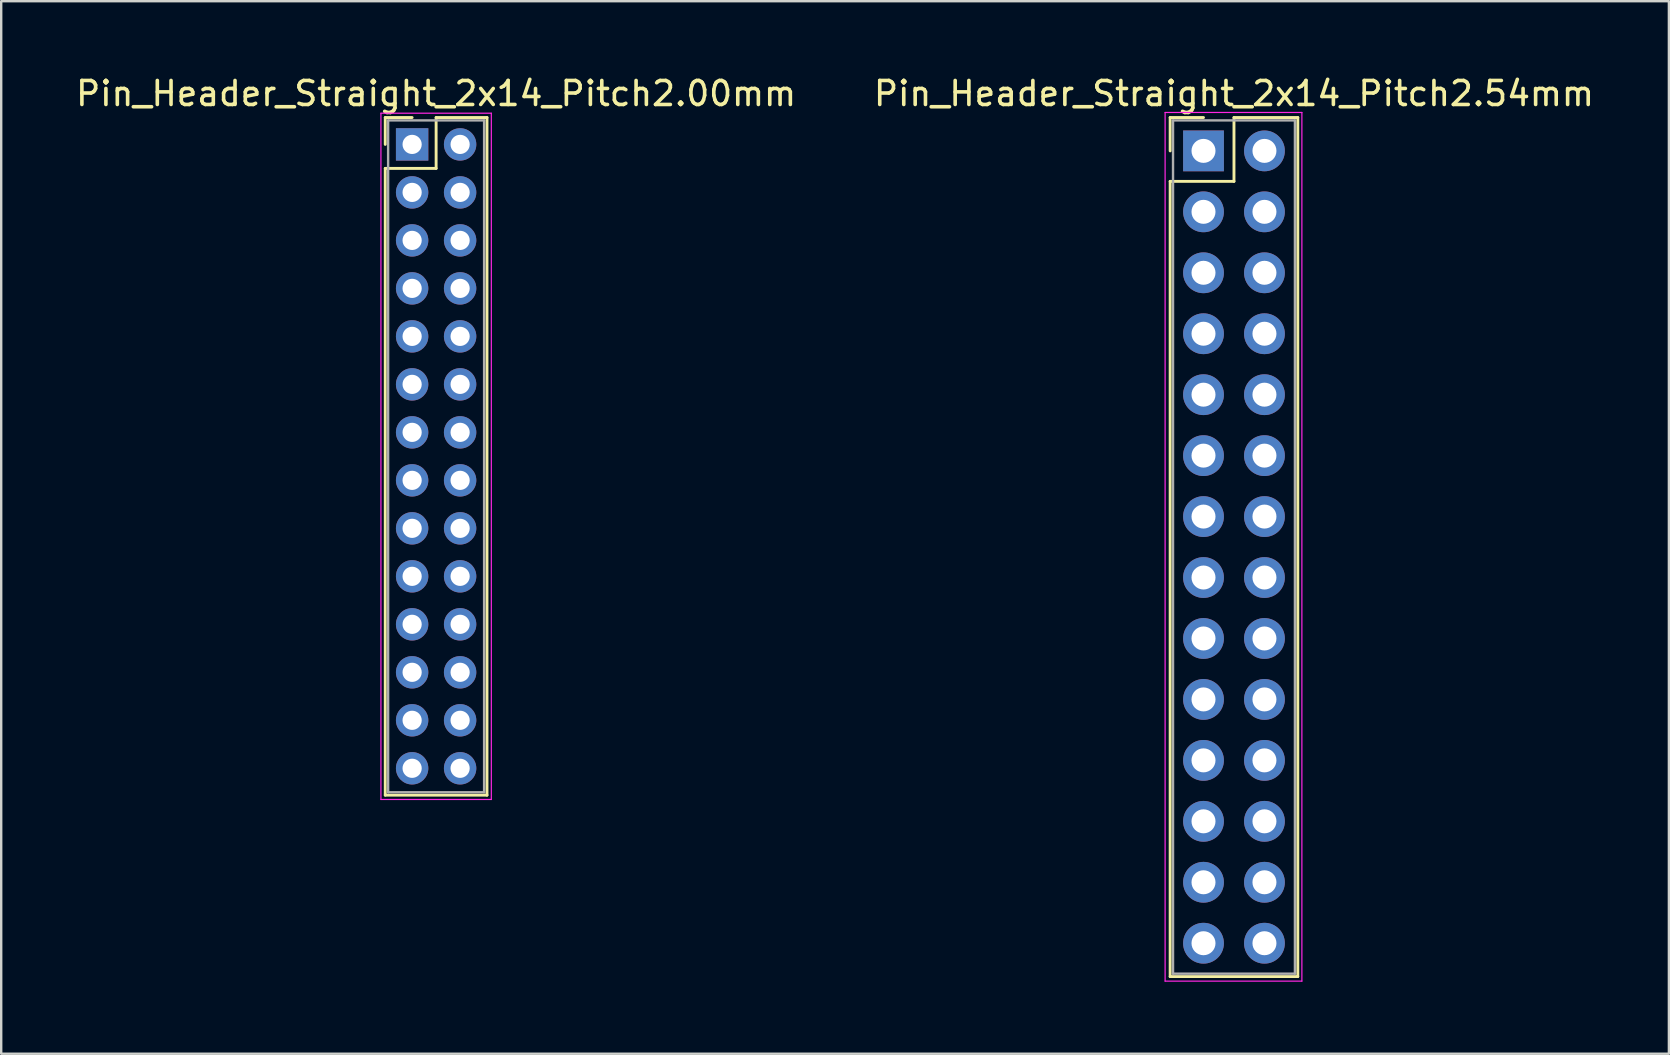
<source format=kicad_pcb>
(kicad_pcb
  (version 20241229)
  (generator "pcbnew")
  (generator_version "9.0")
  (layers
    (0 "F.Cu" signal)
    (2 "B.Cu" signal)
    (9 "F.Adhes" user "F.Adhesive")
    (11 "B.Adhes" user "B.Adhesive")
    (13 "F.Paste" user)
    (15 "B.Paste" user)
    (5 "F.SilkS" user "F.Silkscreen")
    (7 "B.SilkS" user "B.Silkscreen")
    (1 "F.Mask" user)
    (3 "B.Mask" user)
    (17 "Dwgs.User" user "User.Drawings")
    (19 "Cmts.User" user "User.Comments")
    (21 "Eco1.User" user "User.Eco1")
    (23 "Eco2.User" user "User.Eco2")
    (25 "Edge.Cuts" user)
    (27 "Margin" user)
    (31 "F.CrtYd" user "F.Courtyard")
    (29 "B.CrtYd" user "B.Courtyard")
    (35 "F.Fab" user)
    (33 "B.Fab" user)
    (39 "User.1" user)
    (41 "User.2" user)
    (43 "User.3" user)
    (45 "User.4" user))
  (footprint "Pin_Header_Straight_2x14_Pitch2.54mm"
    (layer "F.Cu")
    (at 47.105 3.238)
    (property "Reference" "Pin_Header_Straight_2x14_Pitch2.54mm" (at 1.27 -2.39 0) (layer "F.SilkS") (effects (font (size 1 1) (thickness 0.15))))
    (attr through_hole)
    (fp_line (start -1.39 -1.39) (end 0 -1.39) (stroke (width 0.12) (type solid)) (layer "F.SilkS"))
    (fp_line (start -1.39 0) (end -1.39 -1.39) (stroke (width 0.12) (type solid)) (layer "F.SilkS"))
    (fp_line (start -1.39 1.27) (end -1.39 34.41) (stroke (width 0.12) (type solid)) (layer "F.SilkS"))
    (fp_line (start -1.39 34.41) (end 3.93 34.41) (stroke (width 0.12) (type solid)) (layer "F.SilkS"))
    (fp_line (start 1.27 -1.39) (end 1.27 1.27) (stroke (width 0.12) (type solid)) (layer "F.SilkS"))
    (fp_line (start 1.27 1.27) (end -1.39 1.27) (stroke (width 0.12) (type solid)) (layer "F.SilkS"))
    (fp_line (start 3.93 -1.39) (end 1.27 -1.39) (stroke (width 0.12) (type solid)) (layer "F.SilkS"))
    (fp_line (start 3.93 34.41) (end 3.93 -1.39) (stroke (width 0.12) (type solid)) (layer "F.SilkS"))
    (fp_line (start -1.6 -1.6) (end -1.6 34.6) (stroke (width 0.05) (type solid)) (layer "F.CrtYd"))
    (fp_line (start -1.6 34.6) (end 4.1 34.6) (stroke (width 0.05) (type solid)) (layer "F.CrtYd"))
    (fp_line (start 4.1 -1.6) (end -1.6 -1.6) (stroke (width 0.05) (type solid)) (layer "F.CrtYd"))
    (fp_line (start 4.1 34.6) (end 4.1 -1.6) (stroke (width 0.05) (type solid)) (layer "F.CrtYd"))
    (fp_line (start -1.27 -1.27) (end -1.27 34.29) (stroke (width 0.1) (type solid)) (layer "F.Fab"))
    (fp_line (start -1.27 34.29) (end 3.81 34.29) (stroke (width 0.1) (type solid)) (layer "F.Fab"))
    (fp_line (start 3.81 -1.27) (end -1.27 -1.27) (stroke (width 0.1) (type solid)) (layer "F.Fab"))
    (fp_line (start 3.81 34.29) (end 3.81 -1.27) (stroke (width 0.1) (type solid)) (layer "F.Fab"))
    (pad "1" thru_hole rect (at 0 0) (size 1.7 1.7) (drill 1) (layers "*.Cu" "*.Mask"))
    (pad "2" thru_hole oval (at 2.54 0) (size 1.7 1.7) (drill 1) (layers "*.Cu" "*.Mask"))
    (pad "3" thru_hole oval (at 0 2.54) (size 1.7 1.7) (drill 1) (layers "*.Cu" "*.Mask"))
    (pad "4" thru_hole oval (at 2.54 2.54) (size 1.7 1.7) (drill 1) (layers "*.Cu" "*.Mask"))
    (pad "5" thru_hole oval (at 0 5.08) (size 1.7 1.7) (drill 1) (layers "*.Cu" "*.Mask"))
    (pad "6" thru_hole oval (at 2.54 5.08) (size 1.7 1.7) (drill 1) (layers "*.Cu" "*.Mask"))
    (pad "7" thru_hole oval (at 0 7.62) (size 1.7 1.7) (drill 1) (layers "*.Cu" "*.Mask"))
    (pad "8" thru_hole oval (at 2.54 7.62) (size 1.7 1.7) (drill 1) (layers "*.Cu" "*.Mask"))
    (pad "9" thru_hole oval (at 0 10.16) (size 1.7 1.7) (drill 1) (layers "*.Cu" "*.Mask"))
    (pad "10" thru_hole oval (at 2.54 10.16) (size 1.7 1.7) (drill 1) (layers "*.Cu" "*.Mask"))
    (pad "11" thru_hole oval (at 0 12.7) (size 1.7 1.7) (drill 1) (layers "*.Cu" "*.Mask"))
    (pad "12" thru_hole oval (at 2.54 12.7) (size 1.7 1.7) (drill 1) (layers "*.Cu" "*.Mask"))
    (pad "13" thru_hole oval (at 0 15.24) (size 1.7 1.7) (drill 1) (layers "*.Cu" "*.Mask"))
    (pad "14" thru_hole oval (at 2.54 15.24) (size 1.7 1.7) (drill 1) (layers "*.Cu" "*.Mask"))
    (pad "15" thru_hole oval (at 0 17.78) (size 1.7 1.7) (drill 1) (layers "*.Cu" "*.Mask"))
    (pad "16" thru_hole oval (at 2.54 17.78) (size 1.7 1.7) (drill 1) (layers "*.Cu" "*.Mask"))
    (pad "17" thru_hole oval (at 0 20.32) (size 1.7 1.7) (drill 1) (layers "*.Cu" "*.Mask"))
    (pad "18" thru_hole oval (at 2.54 20.32) (size 1.7 1.7) (drill 1) (layers "*.Cu" "*.Mask"))
    (pad "19" thru_hole oval (at 0 22.86) (size 1.7 1.7) (drill 1) (layers "*.Cu" "*.Mask"))
    (pad "20" thru_hole oval (at 2.54 22.86) (size 1.7 1.7) (drill 1) (layers "*.Cu" "*.Mask"))
    (pad "21" thru_hole oval (at 0 25.4) (size 1.7 1.7) (drill 1) (layers "*.Cu" "*.Mask"))
    (pad "22" thru_hole oval (at 2.54 25.4) (size 1.7 1.7) (drill 1) (layers "*.Cu" "*.Mask"))
    (pad "23" thru_hole oval (at 0 27.94) (size 1.7 1.7) (drill 1) (layers "*.Cu" "*.Mask"))
    (pad "24" thru_hole oval (at 2.54 27.94) (size 1.7 1.7) (drill 1) (layers "*.Cu" "*.Mask"))
    (pad "25" thru_hole oval (at 0 30.48) (size 1.7 1.7) (drill 1) (layers "*.Cu" "*.Mask"))
    (pad "26" thru_hole oval (at 2.54 30.48) (size 1.7 1.7) (drill 1) (layers "*.Cu" "*.Mask"))
    (pad "27" thru_hole oval (at 0 33.02) (size 1.7 1.7) (drill 1) (layers "*.Cu" "*.Mask"))
    (pad "28" thru_hole oval (at 2.54 33.02) (size 1.7 1.7) (drill 1) (layers "*.Cu" "*.Mask")))
  (footprint "Pin_Header_Straight_2x14_Pitch2.00mm"
    (layer "F.Cu")
    (at 14.125 2.968)
    (property "Reference" "Pin_Header_Straight_2x14_Pitch2.00mm" (at 1 -2.12 0) (layer "F.SilkS") (effects (font (size 1 1) (thickness 0.15))))
    (attr through_hole)
    (fp_line (start -1.12 -1.12) (end 0 -1.12) (stroke (width 0.12) (type solid)) (layer "F.SilkS"))
    (fp_line (start -1.12 0) (end -1.12 -1.12) (stroke (width 0.12) (type solid)) (layer "F.SilkS"))
    (fp_line (start -1.12 1) (end -1.12 27.12) (stroke (width 0.12) (type solid)) (layer "F.SilkS"))
    (fp_line (start -1.12 27.12) (end 3.12 27.12) (stroke (width 0.12) (type solid)) (layer "F.SilkS"))
    (fp_line (start 1 -1.12) (end 1 1) (stroke (width 0.12) (type solid)) (layer "F.SilkS"))
    (fp_line (start 1 1) (end -1.12 1) (stroke (width 0.12) (type solid)) (layer "F.SilkS"))
    (fp_line (start 3.12 -1.12) (end 1 -1.12) (stroke (width 0.12) (type solid)) (layer "F.SilkS"))
    (fp_line (start 3.12 27.12) (end 3.12 -1.12) (stroke (width 0.12) (type solid)) (layer "F.SilkS"))
    (fp_line (start -1.3 -1.3) (end -1.3 27.3) (stroke (width 0.05) (type solid)) (layer "F.CrtYd"))
    (fp_line (start -1.3 27.3) (end 3.3 27.3) (stroke (width 0.05) (type solid)) (layer "F.CrtYd"))
    (fp_line (start 3.3 -1.3) (end -1.3 -1.3) (stroke (width 0.05) (type solid)) (layer "F.CrtYd"))
    (fp_line (start 3.3 27.3) (end 3.3 -1.3) (stroke (width 0.05) (type solid)) (layer "F.CrtYd"))
    (fp_line (start -1 -1) (end -1 27) (stroke (width 0.1) (type solid)) (layer "F.Fab"))
    (fp_line (start -1 27) (end 3 27) (stroke (width 0.1) (type solid)) (layer "F.Fab"))
    (fp_line (start 3 -1) (end -1 -1) (stroke (width 0.1) (type solid)) (layer "F.Fab"))
    (fp_line (start 3 27) (end 3 -1) (stroke (width 0.1) (type solid)) (layer "F.Fab"))
    (pad "1" thru_hole rect (at 0 0) (size 1.35 1.35) (drill 0.8) (layers "*.Cu" "*.Mask"))
    (pad "2" thru_hole oval (at 2 0) (size 1.35 1.35) (drill 0.8) (layers "*.Cu" "*.Mask"))
    (pad "3" thru_hole oval (at 0 2) (size 1.35 1.35) (drill 0.8) (layers "*.Cu" "*.Mask"))
    (pad "4" thru_hole oval (at 2 2) (size 1.35 1.35) (drill 0.8) (layers "*.Cu" "*.Mask"))
    (pad "5" thru_hole oval (at 0 4) (size 1.35 1.35) (drill 0.8) (layers "*.Cu" "*.Mask"))
    (pad "6" thru_hole oval (at 2 4) (size 1.35 1.35) (drill 0.8) (layers "*.Cu" "*.Mask"))
    (pad "7" thru_hole oval (at 0 6) (size 1.35 1.35) (drill 0.8) (layers "*.Cu" "*.Mask"))
    (pad "8" thru_hole oval (at 2 6) (size 1.35 1.35) (drill 0.8) (layers "*.Cu" "*.Mask"))
    (pad "9" thru_hole oval (at 0 8) (size 1.35 1.35) (drill 0.8) (layers "*.Cu" "*.Mask"))
    (pad "10" thru_hole oval (at 2 8) (size 1.35 1.35) (drill 0.8) (layers "*.Cu" "*.Mask"))
    (pad "11" thru_hole oval (at 0 10) (size 1.35 1.35) (drill 0.8) (layers "*.Cu" "*.Mask"))
    (pad "12" thru_hole oval (at 2 10) (size 1.35 1.35) (drill 0.8) (layers "*.Cu" "*.Mask"))
    (pad "13" thru_hole oval (at 0 12) (size 1.35 1.35) (drill 0.8) (layers "*.Cu" "*.Mask"))
    (pad "14" thru_hole oval (at 2 12) (size 1.35 1.35) (drill 0.8) (layers "*.Cu" "*.Mask"))
    (pad "15" thru_hole oval (at 0 14) (size 1.35 1.35) (drill 0.8) (layers "*.Cu" "*.Mask"))
    (pad "16" thru_hole oval (at 2 14) (size 1.35 1.35) (drill 0.8) (layers "*.Cu" "*.Mask"))
    (pad "17" thru_hole oval (at 0 16) (size 1.35 1.35) (drill 0.8) (layers "*.Cu" "*.Mask"))
    (pad "18" thru_hole oval (at 2 16) (size 1.35 1.35) (drill 0.8) (layers "*.Cu" "*.Mask"))
    (pad "19" thru_hole oval (at 0 18) (size 1.35 1.35) (drill 0.8) (layers "*.Cu" "*.Mask"))
    (pad "20" thru_hole oval (at 2 18) (size 1.35 1.35) (drill 0.8) (layers "*.Cu" "*.Mask"))
    (pad "21" thru_hole oval (at 0 20) (size 1.35 1.35) (drill 0.8) (layers "*.Cu" "*.Mask"))
    (pad "22" thru_hole oval (at 2 20) (size 1.35 1.35) (drill 0.8) (layers "*.Cu" "*.Mask"))
    (pad "23" thru_hole oval (at 0 22) (size 1.35 1.35) (drill 0.8) (layers "*.Cu" "*.Mask"))
    (pad "24" thru_hole oval (at 2 22) (size 1.35 1.35) (drill 0.8) (layers "*.Cu" "*.Mask"))
    (pad "25" thru_hole oval (at 0 24) (size 1.35 1.35) (drill 0.8) (layers "*.Cu" "*.Mask"))
    (pad "26" thru_hole oval (at 2 24) (size 1.35 1.35) (drill 0.8) (layers "*.Cu" "*.Mask"))
    (pad "27" thru_hole oval (at 0 26) (size 1.35 1.35) (drill 0.8) (layers "*.Cu" "*.Mask"))
    (pad "28" thru_hole oval (at 2 26) (size 1.35 1.35) (drill 0.8) (layers "*.Cu" "*.Mask")))
  (gr_rect
    (start -3 -3)
    (end 66.5 40.863)
    (stroke (width 0.1) (type default))
    (fill no)
    (layer "Edge.Cuts")))
</source>
